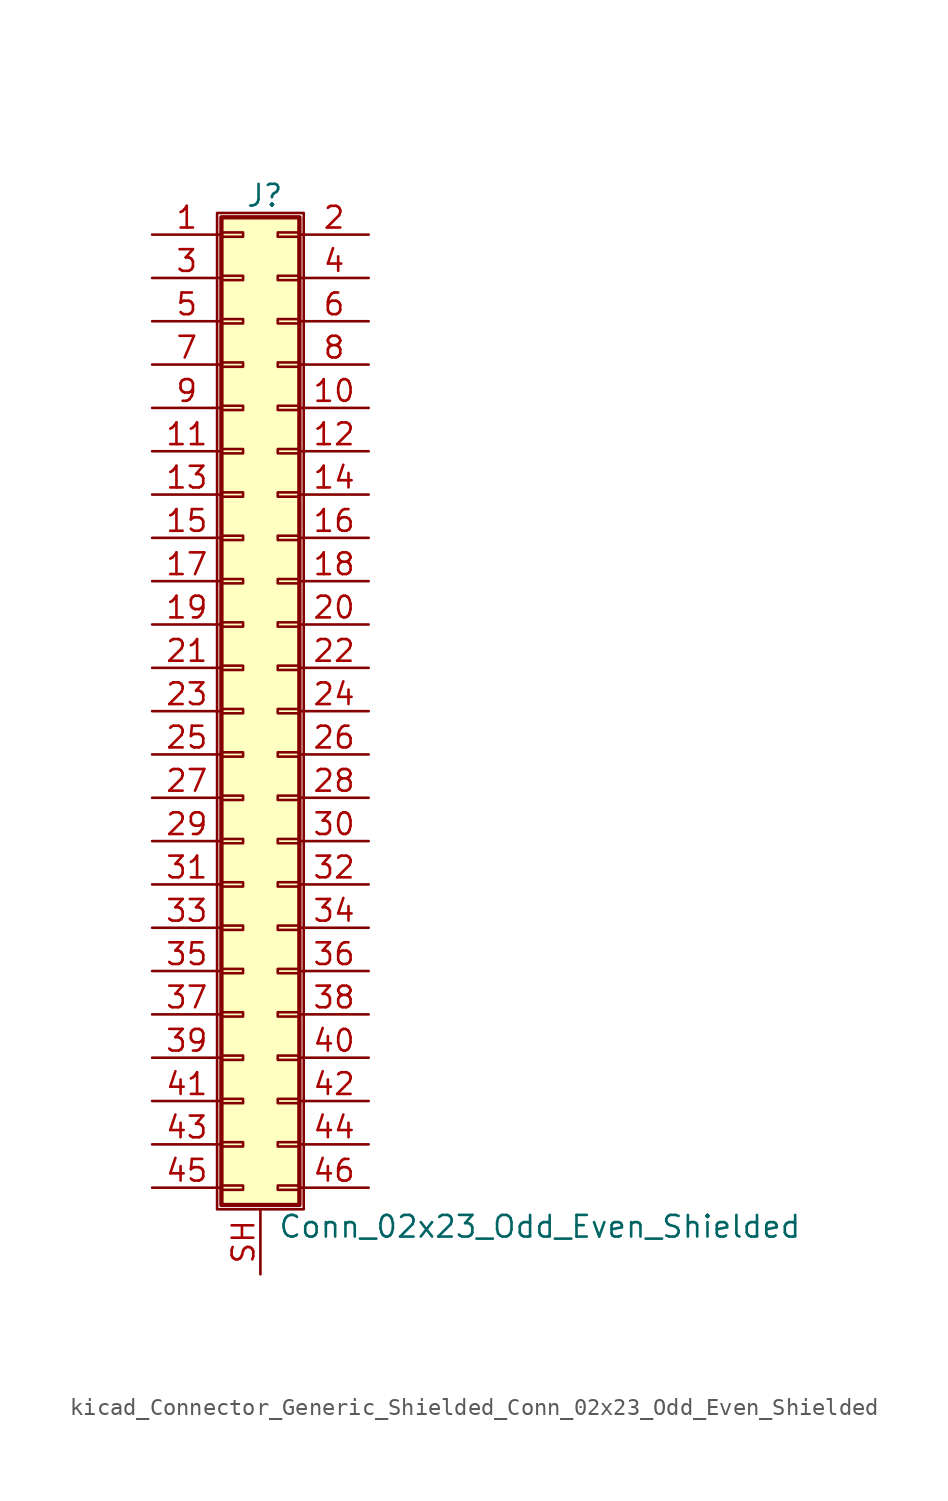
<source format=kicad_sym>
(kicad_symbol_lib
  (version 20220914)
  (generator kicad_symbol_editor)
  (symbol "kicad_Connector_Generic_Shielded_Conn_02x23_Odd_Even_Shielded"
    (pin_names
      (offset 1.016) hide)
    (property "Reference" "J"
      (at 1.524 30.226 0)
      (effects (font (size 1.27 1.27))))
    (property "Value" "Conn_02x23_Odd_Even_Shielded"
      (at 2.286 -30.226 0)
      (effects (font (size 1.27 1.27)) (justify left)))
    (symbol "kicad_Connector_Generic_Shielded_Conn_02x23_Odd_Even_Shielded_1_1"
      (rectangle (start -1.27 29.21) (end 3.81 -29.21) (stroke (width 0.152) (type default)) (fill (type none)))
      (rectangle (start -1.016 -27.813) (end 0.254 -28.067) (stroke (width 0.152) (type default)) (fill (type none)))
      (rectangle (start -1.016 -25.273) (end 0.254 -25.527) (stroke (width 0.152) (type default)) (fill (type none)))
      (rectangle (start -1.016 -22.733) (end 0.254 -22.987) (stroke (width 0.152) (type default)) (fill (type none)))
      (rectangle (start -1.016 -20.193) (end 0.254 -20.447) (stroke (width 0.152) (type default)) (fill (type none)))
      (rectangle (start -1.016 -17.653) (end 0.254 -17.907) (stroke (width 0.152) (type default)) (fill (type none)))
      (rectangle (start -1.016 -15.113) (end 0.254 -15.367) (stroke (width 0.152) (type default)) (fill (type none)))
      (rectangle (start -1.016 -12.573) (end 0.254 -12.827) (stroke (width 0.152) (type default)) (fill (type none)))
      (rectangle (start -1.016 -10.033) (end 0.254 -10.287) (stroke (width 0.152) (type default)) (fill (type none)))
      (rectangle (start -1.016 -7.493) (end 0.254 -7.747) (stroke (width 0.152) (type default)) (fill (type none)))
      (rectangle (start -1.016 -4.953) (end 0.254 -5.207) (stroke (width 0.152) (type default)) (fill (type none)))
      (rectangle (start -1.016 -2.413) (end 0.254 -2.667) (stroke (width 0.152) (type default)) (fill (type none)))
      (rectangle (start -1.016 0.127) (end 0.254 -0.127) (stroke (width 0.152) (type default)) (fill (type none)))
      (rectangle (start -1.016 2.667) (end 0.254 2.413) (stroke (width 0.152) (type default)) (fill (type none)))
      (rectangle (start -1.016 5.207) (end 0.254 4.953) (stroke (width 0.152) (type default)) (fill (type none)))
      (rectangle (start -1.016 7.747) (end 0.254 7.493) (stroke (width 0.152) (type default)) (fill (type none)))
      (rectangle (start -1.016 10.287) (end 0.254 10.033) (stroke (width 0.152) (type default)) (fill (type none)))
      (rectangle (start -1.016 12.827) (end 0.254 12.573) (stroke (width 0.152) (type default)) (fill (type none)))
      (rectangle (start -1.016 15.367) (end 0.254 15.113) (stroke (width 0.152) (type default)) (fill (type none)))
      (rectangle (start -1.016 17.907) (end 0.254 17.653) (stroke (width 0.152) (type default)) (fill (type none)))
      (rectangle (start -1.016 20.447) (end 0.254 20.193) (stroke (width 0.152) (type default)) (fill (type none)))
      (rectangle (start -1.016 22.987) (end 0.254 22.733) (stroke (width 0.152) (type default)) (fill (type none)))
      (rectangle (start -1.016 25.527) (end 0.254 25.273) (stroke (width 0.152) (type default)) (fill (type none)))
      (rectangle (start -1.016 28.067) (end 0.254 27.813) (stroke (width 0.152) (type default)) (fill (type none)))
      (rectangle (start -1.016 28.956) (end 3.556 -28.956) (stroke (width 0.254) (type default)) (fill (type background)))
      (rectangle (start 3.556 -27.813) (end 2.286 -28.067) (stroke (width 0.152) (type default)) (fill (type none)))
      (rectangle (start 3.556 -25.273) (end 2.286 -25.527) (stroke (width 0.152) (type default)) (fill (type none)))
      (rectangle (start 3.556 -22.733) (end 2.286 -22.987) (stroke (width 0.152) (type default)) (fill (type none)))
      (rectangle (start 3.556 -20.193) (end 2.286 -20.447) (stroke (width 0.152) (type default)) (fill (type none)))
      (rectangle (start 3.556 -17.653) (end 2.286 -17.907) (stroke (width 0.152) (type default)) (fill (type none)))
      (rectangle (start 3.556 -15.113) (end 2.286 -15.367) (stroke (width 0.152) (type default)) (fill (type none)))
      (rectangle (start 3.556 -12.573) (end 2.286 -12.827) (stroke (width 0.152) (type default)) (fill (type none)))
      (rectangle (start 3.556 -10.033) (end 2.286 -10.287) (stroke (width 0.152) (type default)) (fill (type none)))
      (rectangle (start 3.556 -7.493) (end 2.286 -7.747) (stroke (width 0.152) (type default)) (fill (type none)))
      (rectangle (start 3.556 -4.953) (end 2.286 -5.207) (stroke (width 0.152) (type default)) (fill (type none)))
      (rectangle (start 3.556 -2.413) (end 2.286 -2.667) (stroke (width 0.152) (type default)) (fill (type none)))
      (rectangle (start 3.556 0.127) (end 2.286 -0.127) (stroke (width 0.152) (type default)) (fill (type none)))
      (rectangle (start 3.556 2.667) (end 2.286 2.413) (stroke (width 0.152) (type default)) (fill (type none)))
      (rectangle (start 3.556 5.207) (end 2.286 4.953) (stroke (width 0.152) (type default)) (fill (type none)))
      (rectangle (start 3.556 7.747) (end 2.286 7.493) (stroke (width 0.152) (type default)) (fill (type none)))
      (rectangle (start 3.556 10.287) (end 2.286 10.033) (stroke (width 0.152) (type default)) (fill (type none)))
      (rectangle (start 3.556 12.827) (end 2.286 12.573) (stroke (width 0.152) (type default)) (fill (type none)))
      (rectangle (start 3.556 15.367) (end 2.286 15.113) (stroke (width 0.152) (type default)) (fill (type none)))
      (rectangle (start 3.556 17.907) (end 2.286 17.653) (stroke (width 0.152) (type default)) (fill (type none)))
      (rectangle (start 3.556 20.447) (end 2.286 20.193) (stroke (width 0.152) (type default)) (fill (type none)))
      (rectangle (start 3.556 22.987) (end 2.286 22.733) (stroke (width 0.152) (type default)) (fill (type none)))
      (rectangle (start 3.556 25.527) (end 2.286 25.273) (stroke (width 0.152) (type default)) (fill (type none)))
      (rectangle (start 3.556 28.067) (end 2.286 27.813) (stroke (width 0.152) (type default)) (fill (type none)))
      (pin passive line (at -5.08 27.94 0) (length 4.064) (name "Pin_1" (effects (font (size 1.27 1.27)))) (number "1" (effects (font (size 1.27 1.27)))))
      (pin passive line (at 7.62 17.78 180) (length 4.064) (name "Pin_10" (effects (font (size 1.27 1.27)))) (number "10" (effects (font (size 1.27 1.27)))))
      (pin passive line (at -5.08 15.24 0) (length 4.064) (name "Pin_11" (effects (font (size 1.27 1.27)))) (number "11" (effects (font (size 1.27 1.27)))))
      (pin passive line (at 7.62 15.24 180) (length 4.064) (name "Pin_12" (effects (font (size 1.27 1.27)))) (number "12" (effects (font (size 1.27 1.27)))))
      (pin passive line (at -5.08 12.7 0) (length 4.064) (name "Pin_13" (effects (font (size 1.27 1.27)))) (number "13" (effects (font (size 1.27 1.27)))))
      (pin passive line (at 7.62 12.7 180) (length 4.064) (name "Pin_14" (effects (font (size 1.27 1.27)))) (number "14" (effects (font (size 1.27 1.27)))))
      (pin passive line (at -5.08 10.16 0) (length 4.064) (name "Pin_15" (effects (font (size 1.27 1.27)))) (number "15" (effects (font (size 1.27 1.27)))))
      (pin passive line (at 7.62 10.16 180) (length 4.064) (name "Pin_16" (effects (font (size 1.27 1.27)))) (number "16" (effects (font (size 1.27 1.27)))))
      (pin passive line (at -5.08 7.62 0) (length 4.064) (name "Pin_17" (effects (font (size 1.27 1.27)))) (number "17" (effects (font (size 1.27 1.27)))))
      (pin passive line (at 7.62 7.62 180) (length 4.064) (name "Pin_18" (effects (font (size 1.27 1.27)))) (number "18" (effects (font (size 1.27 1.27)))))
      (pin passive line (at -5.08 5.08 0) (length 4.064) (name "Pin_19" (effects (font (size 1.27 1.27)))) (number "19" (effects (font (size 1.27 1.27)))))
      (pin passive line (at 7.62 27.94 180) (length 4.064) (name "Pin_2" (effects (font (size 1.27 1.27)))) (number "2" (effects (font (size 1.27 1.27)))))
      (pin passive line (at 7.62 5.08 180) (length 4.064) (name "Pin_20" (effects (font (size 1.27 1.27)))) (number "20" (effects (font (size 1.27 1.27)))))
      (pin passive line (at -5.08 2.54 0) (length 4.064) (name "Pin_21" (effects (font (size 1.27 1.27)))) (number "21" (effects (font (size 1.27 1.27)))))
      (pin passive line (at 7.62 2.54 180) (length 4.064) (name "Pin_22" (effects (font (size 1.27 1.27)))) (number "22" (effects (font (size 1.27 1.27)))))
      (pin passive line (at -5.08 0 0) (length 4.064) (name "Pin_23" (effects (font (size 1.27 1.27)))) (number "23" (effects (font (size 1.27 1.27)))))
      (pin passive line (at 7.62 0 180) (length 4.064) (name "Pin_24" (effects (font (size 1.27 1.27)))) (number "24" (effects (font (size 1.27 1.27)))))
      (pin passive line (at -5.08 -2.54 0) (length 4.064) (name "Pin_25" (effects (font (size 1.27 1.27)))) (number "25" (effects (font (size 1.27 1.27)))))
      (pin passive line (at 7.62 -2.54 180) (length 4.064) (name "Pin_26" (effects (font (size 1.27 1.27)))) (number "26" (effects (font (size 1.27 1.27)))))
      (pin passive line (at -5.08 -5.08 0) (length 4.064) (name "Pin_27" (effects (font (size 1.27 1.27)))) (number "27" (effects (font (size 1.27 1.27)))))
      (pin passive line (at 7.62 -5.08 180) (length 4.064) (name "Pin_28" (effects (font (size 1.27 1.27)))) (number "28" (effects (font (size 1.27 1.27)))))
      (pin passive line (at -5.08 -7.62 0) (length 4.064) (name "Pin_29" (effects (font (size 1.27 1.27)))) (number "29" (effects (font (size 1.27 1.27)))))
      (pin passive line (at -5.08 25.4 0) (length 4.064) (name "Pin_3" (effects (font (size 1.27 1.27)))) (number "3" (effects (font (size 1.27 1.27)))))
      (pin passive line (at 7.62 -7.62 180) (length 4.064) (name "Pin_30" (effects (font (size 1.27 1.27)))) (number "30" (effects (font (size 1.27 1.27)))))
      (pin passive line (at -5.08 -10.16 0) (length 4.064) (name "Pin_31" (effects (font (size 1.27 1.27)))) (number "31" (effects (font (size 1.27 1.27)))))
      (pin passive line (at 7.62 -10.16 180) (length 4.064) (name "Pin_32" (effects (font (size 1.27 1.27)))) (number "32" (effects (font (size 1.27 1.27)))))
      (pin passive line (at -5.08 -12.7 0) (length 4.064) (name "Pin_33" (effects (font (size 1.27 1.27)))) (number "33" (effects (font (size 1.27 1.27)))))
      (pin passive line (at 7.62 -12.7 180) (length 4.064) (name "Pin_34" (effects (font (size 1.27 1.27)))) (number "34" (effects (font (size 1.27 1.27)))))
      (pin passive line (at -5.08 -15.24 0) (length 4.064) (name "Pin_35" (effects (font (size 1.27 1.27)))) (number "35" (effects (font (size 1.27 1.27)))))
      (pin passive line (at 7.62 -15.24 180) (length 4.064) (name "Pin_36" (effects (font (size 1.27 1.27)))) (number "36" (effects (font (size 1.27 1.27)))))
      (pin passive line (at -5.08 -17.78 0) (length 4.064) (name "Pin_37" (effects (font (size 1.27 1.27)))) (number "37" (effects (font (size 1.27 1.27)))))
      (pin passive line (at 7.62 -17.78 180) (length 4.064) (name "Pin_38" (effects (font (size 1.27 1.27)))) (number "38" (effects (font (size 1.27 1.27)))))
      (pin passive line (at -5.08 -20.32 0) (length 4.064) (name "Pin_39" (effects (font (size 1.27 1.27)))) (number "39" (effects (font (size 1.27 1.27)))))
      (pin passive line (at 7.62 25.4 180) (length 4.064) (name "Pin_4" (effects (font (size 1.27 1.27)))) (number "4" (effects (font (size 1.27 1.27)))))
      (pin passive line (at 7.62 -20.32 180) (length 4.064) (name "Pin_40" (effects (font (size 1.27 1.27)))) (number "40" (effects (font (size 1.27 1.27)))))
      (pin passive line (at -5.08 -22.86 0) (length 4.064) (name "Pin_41" (effects (font (size 1.27 1.27)))) (number "41" (effects (font (size 1.27 1.27)))))
      (pin passive line (at 7.62 -22.86 180) (length 4.064) (name "Pin_42" (effects (font (size 1.27 1.27)))) (number "42" (effects (font (size 1.27 1.27)))))
      (pin passive line (at -5.08 -25.4 0) (length 4.064) (name "Pin_43" (effects (font (size 1.27 1.27)))) (number "43" (effects (font (size 1.27 1.27)))))
      (pin passive line (at 7.62 -25.4 180) (length 4.064) (name "Pin_44" (effects (font (size 1.27 1.27)))) (number "44" (effects (font (size 1.27 1.27)))))
      (pin passive line (at -5.08 -27.94 0) (length 4.064) (name "Pin_45" (effects (font (size 1.27 1.27)))) (number "45" (effects (font (size 1.27 1.27)))))
      (pin passive line (at 7.62 -27.94 180) (length 4.064) (name "Pin_46" (effects (font (size 1.27 1.27)))) (number "46" (effects (font (size 1.27 1.27)))))
      (pin passive line (at -5.08 22.86 0) (length 4.064) (name "Pin_5" (effects (font (size 1.27 1.27)))) (number "5" (effects (font (size 1.27 1.27)))))
      (pin passive line (at 7.62 22.86 180) (length 4.064) (name "Pin_6" (effects (font (size 1.27 1.27)))) (number "6" (effects (font (size 1.27 1.27)))))
      (pin passive line (at -5.08 20.32 0) (length 4.064) (name "Pin_7" (effects (font (size 1.27 1.27)))) (number "7" (effects (font (size 1.27 1.27)))))
      (pin passive line (at 7.62 20.32 180) (length 4.064) (name "Pin_8" (effects (font (size 1.27 1.27)))) (number "8" (effects (font (size 1.27 1.27)))))
      (pin passive line (at -5.08 17.78 0) (length 4.064) (name "Pin_9" (effects (font (size 1.27 1.27)))) (number "9" (effects (font (size 1.27 1.27)))))
      (pin passive line (at 1.27 -33.02 90) (length 3.81) (name "Shield" (effects (font (size 1.27 1.27)))) (number "SH" (effects (font (size 1.27 1.27))))))))
</source>
